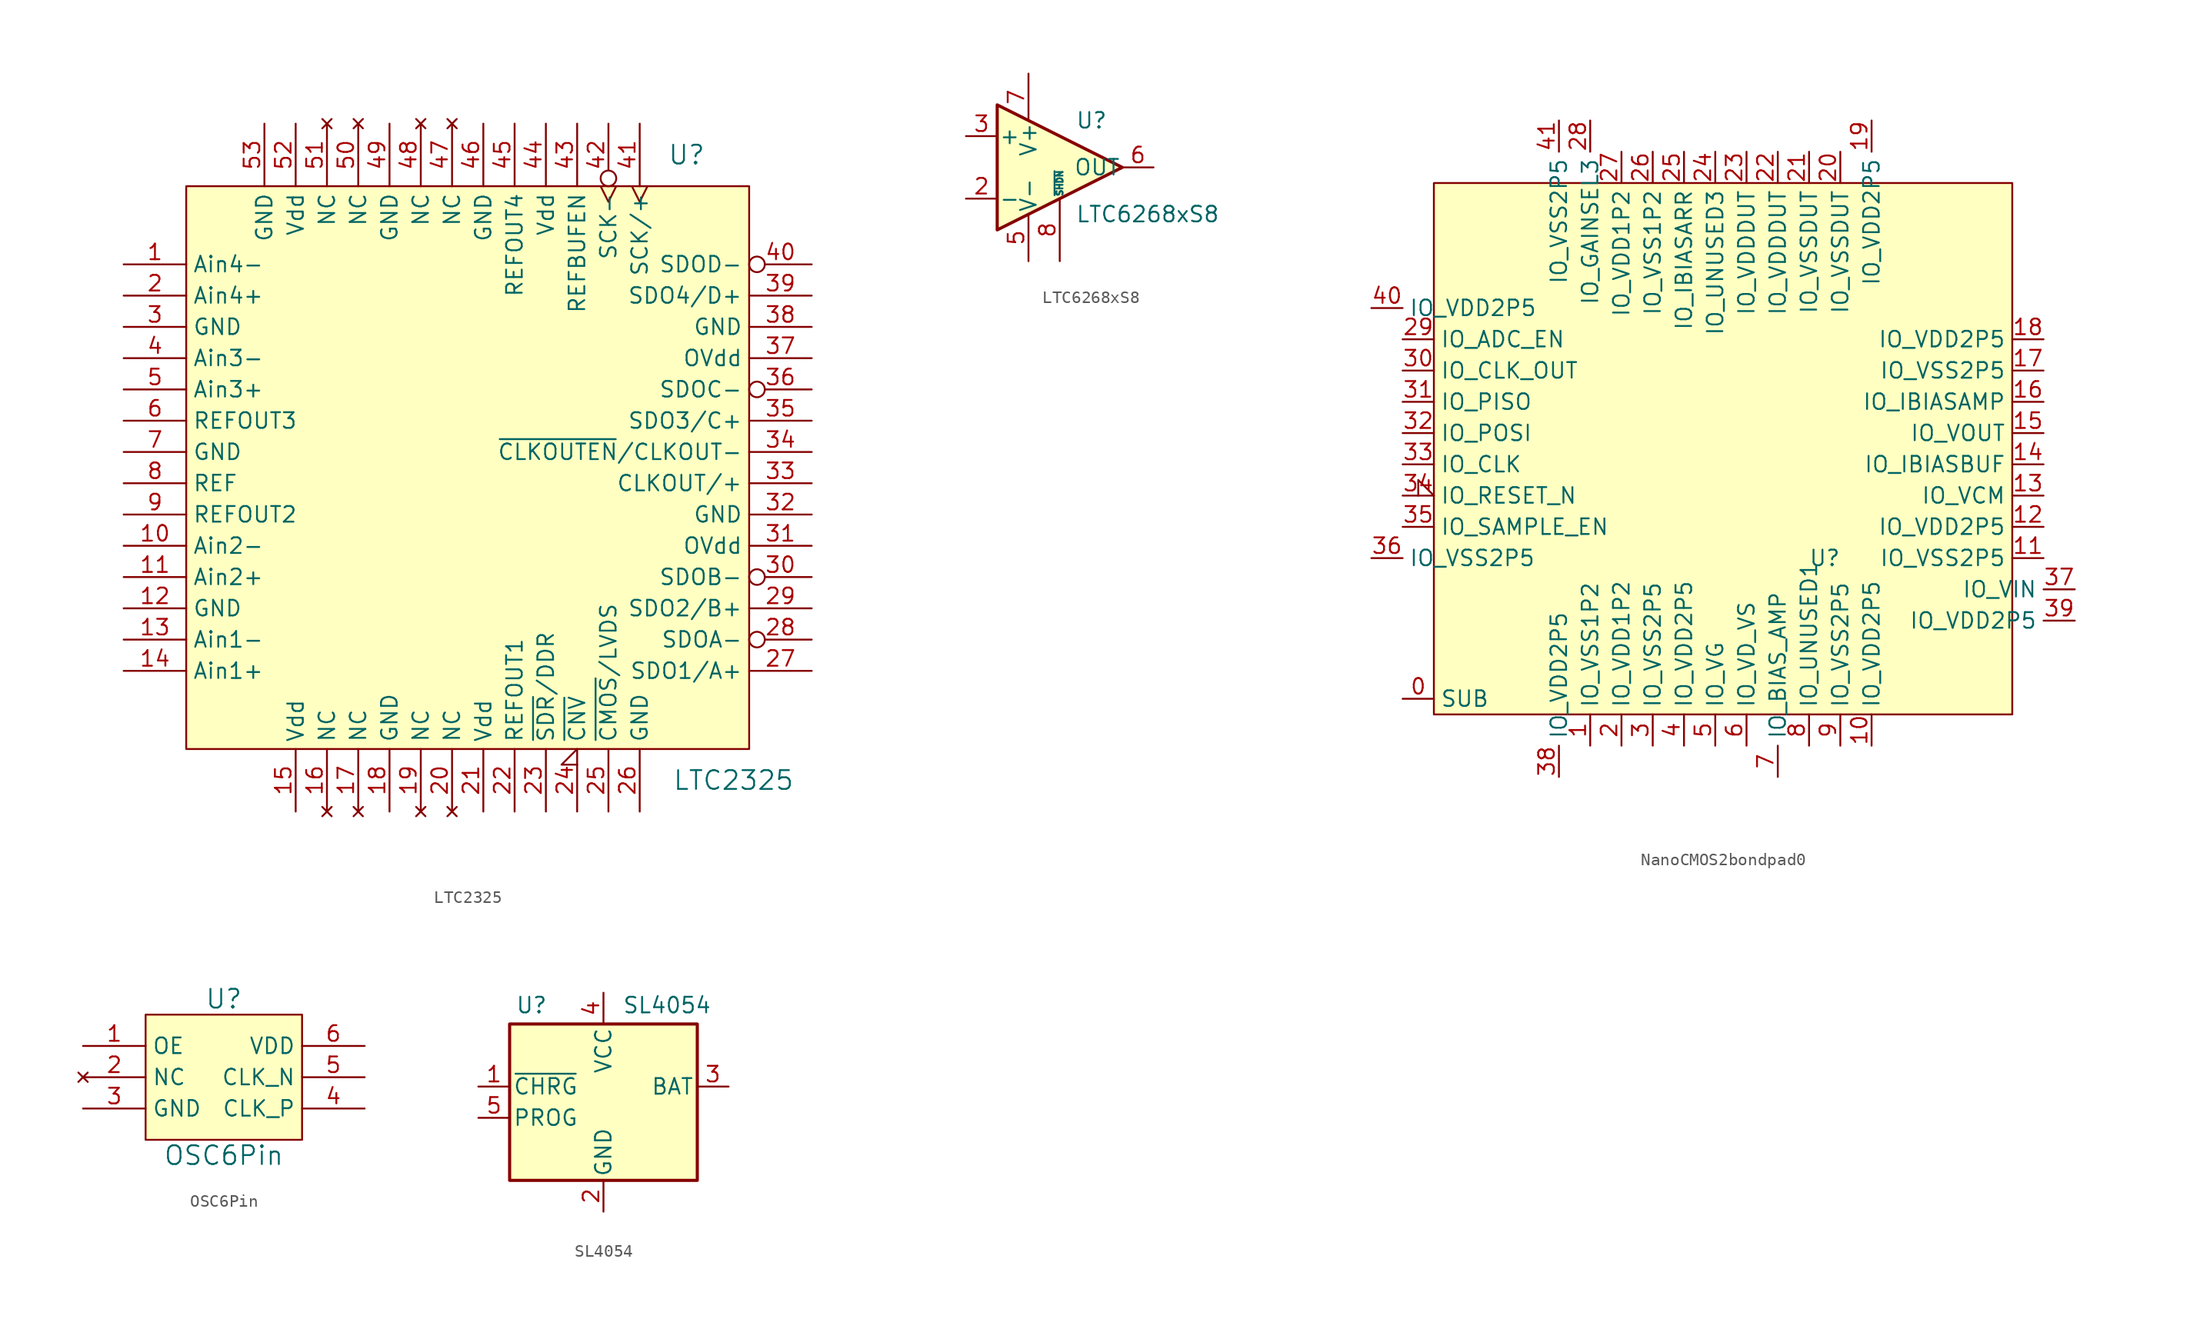
<source format=kicad_sym>
(kicad_symbol_lib
  (version 20231120)
  (generator "kicad_symbol_editor")
  (generator_version "8.0")
  (symbol "LTC2325"
    (property "Reference" "U"
      (at 17.78 25.4 0)
      (effects (font (size 1.524 1.524))))
    (property "Value" "LTC2325"
      (at 21.59 -25.4 0)
      (effects (font (size 1.524 1.524))))
    (property "Footprint" ""
      (at 0 0 0)
      (effects (font (size 1.524 1.524))))
    (property "Datasheet" ""
      (at 0 0 0)
      (effects (font (size 1.524 1.524))))
    (symbol "LTC2325_0_1"
      (rectangle (start -22.86 22.86) (end 22.86 -22.86) (stroke (width 0) (type default)) (fill (type background))))
    (symbol "LTC2325_1_1"
      (pin input line (at -27.94 16.51 0) (length 5.08) (name "Ain4-" (effects (font (size 1.27 1.27)))) (number "1" (effects (font (size 1.27 1.27)))))
      (pin input line (at -27.94 -6.35 0) (length 5.08) (name "Ain2-" (effects (font (size 1.27 1.27)))) (number "10" (effects (font (size 1.27 1.27)))))
      (pin input line (at -27.94 -8.89 0) (length 5.08) (name "Ain2+" (effects (font (size 1.27 1.27)))) (number "11" (effects (font (size 1.27 1.27)))))
      (pin power_in line (at -27.94 -11.43 0) (length 5.08) (name "GND" (effects (font (size 1.27 1.27)))) (number "12" (effects (font (size 1.27 1.27)))))
      (pin input line (at -27.94 -13.97 0) (length 5.08) (name "Ain1-" (effects (font (size 1.27 1.27)))) (number "13" (effects (font (size 1.27 1.27)))))
      (pin input line (at -27.94 -16.51 0) (length 5.08) (name "Ain1+" (effects (font (size 1.27 1.27)))) (number "14" (effects (font (size 1.27 1.27)))))
      (pin power_in line (at -13.97 -27.94 90) (length 5.08) (name "Vdd" (effects (font (size 1.27 1.27)))) (number "15" (effects (font (size 1.27 1.27)))))
      (pin no_connect line (at -11.43 -27.94 90) (length 5.08) (name "NC" (effects (font (size 1.27 1.27)))) (number "16" (effects (font (size 1.27 1.27)))))
      (pin no_connect line (at -8.89 -27.94 90) (length 5.08) (name "NC" (effects (font (size 1.27 1.27)))) (number "17" (effects (font (size 1.27 1.27)))))
      (pin power_in line (at -6.35 -27.94 90) (length 5.08) (name "GND" (effects (font (size 1.27 1.27)))) (number "18" (effects (font (size 1.27 1.27)))))
      (pin no_connect line (at -3.81 -27.94 90) (length 5.08) (name "NC" (effects (font (size 1.27 1.27)))) (number "19" (effects (font (size 1.27 1.27)))))
      (pin input line (at -27.94 13.97 0) (length 5.08) (name "Ain4+" (effects (font (size 1.27 1.27)))) (number "2" (effects (font (size 1.27 1.27)))))
      (pin no_connect line (at -1.27 -27.94 90) (length 5.08) (name "NC" (effects (font (size 1.27 1.27)))) (number "20" (effects (font (size 1.27 1.27)))))
      (pin power_in line (at 1.27 -27.94 90) (length 5.08) (name "Vdd" (effects (font (size 1.27 1.27)))) (number "21" (effects (font (size 1.27 1.27)))))
      (pin bidirectional line (at 3.81 -27.94 90) (length 5.08) (name "REFOUT1" (effects (font (size 1.27 1.27)))) (number "22" (effects (font (size 1.27 1.27)))))
      (pin input line (at 6.35 -27.94 90) (length 5.08) (name "~{SDR}/DDR" (effects (font (size 1.27 1.27)))) (number "23" (effects (font (size 1.27 1.27)))))
      (pin input input_low (at 8.89 -27.94 90) (length 5.08) (name "~{CNV}" (effects (font (size 1.27 1.27)))) (number "24" (effects (font (size 1.27 1.27)))))
      (pin input line (at 11.43 -27.94 90) (length 5.08) (name "~{CMOS}/LVDS" (effects (font (size 1.27 1.27)))) (number "25" (effects (font (size 1.27 1.27)))))
      (pin power_in line (at 13.97 -27.94 90) (length 5.08) (name "GND" (effects (font (size 1.27 1.27)))) (number "26" (effects (font (size 1.27 1.27)))))
      (pin output line (at 27.94 -16.51 180) (length 5.08) (name "SDO1/A+" (effects (font (size 1.27 1.27)))) (number "27" (effects (font (size 1.27 1.27)))))
      (pin output inverted (at 27.94 -13.97 180) (length 5.08) (name "SDOA-" (effects (font (size 1.27 1.27)))) (number "28" (effects (font (size 1.27 1.27)))))
      (pin output line (at 27.94 -11.43 180) (length 5.08) (name "SDO2/B+" (effects (font (size 1.27 1.27)))) (number "29" (effects (font (size 1.27 1.27)))))
      (pin power_in line (at -27.94 11.43 0) (length 5.08) (name "GND" (effects (font (size 1.27 1.27)))) (number "3" (effects (font (size 1.27 1.27)))))
      (pin output inverted (at 27.94 -8.89 180) (length 5.08) (name "SDOB-" (effects (font (size 1.27 1.27)))) (number "30" (effects (font (size 1.27 1.27)))))
      (pin power_in line (at 27.94 -6.35 180) (length 5.08) (name "OVdd" (effects (font (size 1.27 1.27)))) (number "31" (effects (font (size 1.27 1.27)))))
      (pin power_in line (at 27.94 -3.81 180) (length 5.08) (name "GND" (effects (font (size 1.27 1.27)))) (number "32" (effects (font (size 1.27 1.27)))))
      (pin output line (at 27.94 -1.27 180) (length 5.08) (name "CLKOUT/+" (effects (font (size 1.27 1.27)))) (number "33" (effects (font (size 1.27 1.27)))))
      (pin bidirectional line (at 27.94 1.27 180) (length 5.08) (name "~{CLKOUTEN}/CLKOUT-" (effects (font (size 1.27 1.27)))) (number "34" (effects (font (size 1.27 1.27)))))
      (pin output line (at 27.94 3.81 180) (length 5.08) (name "SDO3/C+" (effects (font (size 1.27 1.27)))) (number "35" (effects (font (size 1.27 1.27)))))
      (pin output inverted (at 27.94 6.35 180) (length 5.08) (name "SDOC-" (effects (font (size 1.27 1.27)))) (number "36" (effects (font (size 1.27 1.27)))))
      (pin power_in line (at 27.94 8.89 180) (length 5.08) (name "OVdd" (effects (font (size 1.27 1.27)))) (number "37" (effects (font (size 1.27 1.27)))))
      (pin power_in line (at 27.94 11.43 180) (length 5.08) (name "GND" (effects (font (size 1.27 1.27)))) (number "38" (effects (font (size 1.27 1.27)))))
      (pin output line (at 27.94 13.97 180) (length 5.08) (name "SDO4/D+" (effects (font (size 1.27 1.27)))) (number "39" (effects (font (size 1.27 1.27)))))
      (pin input line (at -27.94 8.89 0) (length 5.08) (name "Ain3-" (effects (font (size 1.27 1.27)))) (number "4" (effects (font (size 1.27 1.27)))))
      (pin output inverted (at 27.94 16.51 180) (length 5.08) (name "SDOD-" (effects (font (size 1.27 1.27)))) (number "40" (effects (font (size 1.27 1.27)))))
      (pin input clock (at 13.97 27.94 270) (length 5.08) (name "SCK/+" (effects (font (size 1.27 1.27)))) (number "41" (effects (font (size 1.27 1.27)))))
      (pin input inverted_clock (at 11.43 27.94 270) (length 5.08) (name "SCK-" (effects (font (size 1.27 1.27)))) (number "42" (effects (font (size 1.27 1.27)))))
      (pin input line (at 8.89 27.94 270) (length 5.08) (name "REFBUFEN" (effects (font (size 1.27 1.27)))) (number "43" (effects (font (size 1.27 1.27)))))
      (pin power_in line (at 6.35 27.94 270) (length 5.08) (name "Vdd" (effects (font (size 1.27 1.27)))) (number "44" (effects (font (size 1.27 1.27)))))
      (pin bidirectional line (at 3.81 27.94 270) (length 5.08) (name "REFOUT4" (effects (font (size 1.27 1.27)))) (number "45" (effects (font (size 1.27 1.27)))))
      (pin power_in line (at 1.27 27.94 270) (length 5.08) (name "GND" (effects (font (size 1.27 1.27)))) (number "46" (effects (font (size 1.27 1.27)))))
      (pin no_connect line (at -1.27 27.94 270) (length 5.08) (name "NC" (effects (font (size 1.27 1.27)))) (number "47" (effects (font (size 1.27 1.27)))))
      (pin no_connect line (at -3.81 27.94 270) (length 5.08) (name "NC" (effects (font (size 1.27 1.27)))) (number "48" (effects (font (size 1.27 1.27)))))
      (pin power_in line (at -6.35 27.94 270) (length 5.08) (name "GND" (effects (font (size 1.27 1.27)))) (number "49" (effects (font (size 1.27 1.27)))))
      (pin input line (at -27.94 6.35 0) (length 5.08) (name "Ain3+" (effects (font (size 1.27 1.27)))) (number "5" (effects (font (size 1.27 1.27)))))
      (pin no_connect line (at -8.89 27.94 270) (length 5.08) (name "NC" (effects (font (size 1.27 1.27)))) (number "50" (effects (font (size 1.27 1.27)))))
      (pin no_connect line (at -11.43 27.94 270) (length 5.08) (name "NC" (effects (font (size 1.27 1.27)))) (number "51" (effects (font (size 1.27 1.27)))))
      (pin power_in line (at -13.97 27.94 270) (length 5.08) (name "Vdd" (effects (font (size 1.27 1.27)))) (number "52" (effects (font (size 1.27 1.27)))))
      (pin power_in line (at -16.51 27.94 270) (length 5.08) (name "GND" (effects (font (size 1.27 1.27)))) (number "53" (effects (font (size 1.27 1.27)))))
      (pin bidirectional line (at -27.94 3.81 0) (length 5.08) (name "REFOUT3" (effects (font (size 1.27 1.27)))) (number "6" (effects (font (size 1.27 1.27)))))
      (pin power_in line (at -27.94 1.27 0) (length 5.08) (name "GND" (effects (font (size 1.27 1.27)))) (number "7" (effects (font (size 1.27 1.27)))))
      (pin bidirectional line (at -27.94 -1.27 0) (length 5.08) (name "REF" (effects (font (size 1.27 1.27)))) (number "8" (effects (font (size 1.27 1.27)))))
      (pin bidirectional line (at -27.94 -3.81 0) (length 5.08) (name "REFOUT2" (effects (font (size 1.27 1.27)))) (number "9" (effects (font (size 1.27 1.27)))))))
  (symbol "LTC6268xS8"
    (pin_names
      (offset 0.127))
    (property "Reference" "U"
      (at 1.27 3.81 0)
      (effects (font (size 1.27 1.27)) (justify left)))
    (property "Value" "LTC6268xS8"
      (at 1.27 -3.81 0)
      (effects (font (size 1.27 1.27)) (justify left)))
    (symbol "LTC6268xS8_0_1"
      (polyline (pts (xy -5.08 5.08) (xy 5.08 0) (xy -5.08 -5.08) (xy -5.08 5.08)) (stroke (width 0.254) (type default)) (fill (type background))))
    (symbol "LTC6268xS8_1_1"
      (pin input line (at -7.62 -2.54 0) (length 2.54) (name "-" (effects (font (size 1.27 1.27)))) (number "2" (effects (font (size 1.27 1.27)))))
      (pin input line (at -7.62 2.54 0) (length 2.54) (name "+" (effects (font (size 1.27 1.27)))) (number "3" (effects (font (size 1.27 1.27)))))
      (pin power_in line (at -2.54 -7.62 90) (length 3.81) (name "V-" (effects (font (size 1.27 1.27)))) (number "5" (effects (font (size 1.27 1.27)))))
      (pin output line (at 7.62 0 180) (length 2.54) (name "OUT" (effects (font (size 1.27 1.27)))) (number "6" (effects (font (size 1.27 1.27)))))
      (pin power_in line (at -2.54 7.62 270) (length 3.81) (name "V+" (effects (font (size 1.27 1.27)))) (number "7" (effects (font (size 1.27 1.27)))))
      (pin input line (at 0 -7.62 90) (length 5.08) (name "~{SHDN}" (effects (font (size 0.508 0.508)))) (number "8" (effects (font (size 1.27 1.27)))))))
  (symbol "NanoCMOS2bondpad0"
    (property "Reference" "U"
      (at 7.62 -8.89 0)
      (effects (font (size 1.27 1.27))))
    (property "Value" ""
      (at 7.62 -8.89 0)
      (effects (font (size 1.27 1.27))))
    (symbol "NanoCMOS2bondpad0_1_1"
      (rectangle (start -24.13 21.59) (end 22.86 -21.59) (stroke (width 0) (type default)) (fill (type background)))
      (pin passive line (at -26.67 -20.32 0) (length 2.54) (name "SUB" (effects (font (size 1.27 1.27)))) (number "0" (effects (font (size 1.27 1.27)))))
      (pin power_in line (at -11.43 -24.13 90) (length 2.54) (name "IO_VSS1P2" (effects (font (size 1.27 1.27)))) (number "1" (effects (font (size 1.27 1.27)))))
      (pin power_in line (at 11.43 -24.13 90) (length 2.54) (name "IO_VDD2P5" (effects (font (size 1.27 1.27)))) (number "10" (effects (font (size 1.27 1.27)))))
      (pin power_in line (at 25.4 -8.89 180) (length 2.54) (name "IO_VSS2P5" (effects (font (size 1.27 1.27)))) (number "11" (effects (font (size 1.27 1.27)))))
      (pin power_in line (at 25.4 -6.35 180) (length 2.54) (name "IO_VDD2P5" (effects (font (size 1.27 1.27)))) (number "12" (effects (font (size 1.27 1.27)))))
      (pin bidirectional line (at 25.4 -3.81 180) (length 2.54) (name "IO_VCM" (effects (font (size 1.27 1.27)))) (number "13" (effects (font (size 1.27 1.27)))))
      (pin bidirectional line (at 25.4 -1.27 180) (length 2.54) (name "IO_IBIASBUF" (effects (font (size 1.27 1.27)))) (number "14" (effects (font (size 1.27 1.27)))))
      (pin output line (at 25.4 1.27 180) (length 2.54) (name "IO_VOUT" (effects (font (size 1.27 1.27)))) (number "15" (effects (font (size 1.27 1.27)))))
      (pin bidirectional line (at 25.4 3.81 180) (length 2.54) (name "IO_IBIASAMP" (effects (font (size 1.27 1.27)))) (number "16" (effects (font (size 1.27 1.27)))))
      (pin power_in line (at 25.4 6.35 180) (length 2.54) (name "IO_VSS2P5" (effects (font (size 1.27 1.27)))) (number "17" (effects (font (size 1.27 1.27)))))
      (pin power_in line (at 25.4 8.89 180) (length 2.54) (name "IO_VDD2P5" (effects (font (size 1.27 1.27)))) (number "18" (effects (font (size 1.27 1.27)))))
      (pin power_in line (at 11.43 26.67 270) (length 2.54) (name "IO_VDD2P5" (effects (font (size 1.27 1.27)))) (number "19" (effects (font (size 1.27 1.27)))))
      (pin power_in line (at -8.89 -24.13 90) (length 2.54) (name "IO_VDD1P2" (effects (font (size 1.27 1.27)))) (number "2" (effects (font (size 1.27 1.27)))))
      (pin power_in line (at 8.89 24.13 270) (length 2.54) (name "IO_VSSDUT" (effects (font (size 1.27 1.27)))) (number "20" (effects (font (size 1.27 1.27)))))
      (pin power_in line (at 6.35 24.13 270) (length 2.54) (name "IO_VSSDUT" (effects (font (size 1.27 1.27)))) (number "21" (effects (font (size 1.27 1.27)))))
      (pin power_in line (at 3.81 24.13 270) (length 2.54) (name "IO_VDDDUT" (effects (font (size 1.27 1.27)))) (number "22" (effects (font (size 1.27 1.27)))))
      (pin power_in line (at 1.27 24.13 270) (length 2.54) (name "IO_VDDDUT" (effects (font (size 1.27 1.27)))) (number "23" (effects (font (size 1.27 1.27)))))
      (pin bidirectional line (at -1.27 24.13 270) (length 2.54) (name "IO_UNUSED3" (effects (font (size 1.27 1.27)))) (number "24" (effects (font (size 1.27 1.27)))))
      (pin bidirectional line (at -3.81 24.13 270) (length 2.54) (name "IO_IBIASARR" (effects (font (size 1.27 1.27)))) (number "25" (effects (font (size 1.27 1.27)))))
      (pin power_in line (at -6.35 24.13 270) (length 2.54) (name "IO_VSS1P2" (effects (font (size 1.27 1.27)))) (number "26" (effects (font (size 1.27 1.27)))))
      (pin power_in line (at -8.89 24.13 270) (length 2.54) (name "IO_VDD1P2" (effects (font (size 1.27 1.27)))) (number "27" (effects (font (size 1.27 1.27)))))
      (pin bidirectional line (at -11.43 26.67 270) (length 2.54) (name "IO_GAINSEL3" (effects (font (size 1.27 1.27)))) (number "28" (effects (font (size 1.27 1.27)))))
      (pin output line (at -26.67 8.89 0) (length 2.54) (name "IO_ADC_EN" (effects (font (size 1.27 1.27)))) (number "29" (effects (font (size 1.27 1.27)))))
      (pin power_in line (at -6.35 -24.13 90) (length 2.54) (name "IO_VSS2P5" (effects (font (size 1.27 1.27)))) (number "3" (effects (font (size 1.27 1.27)))))
      (pin output line (at -26.67 6.35 0) (length 2.54) (name "IO_CLK_OUT" (effects (font (size 1.27 1.27)))) (number "30" (effects (font (size 1.27 1.27)))))
      (pin output line (at -26.67 3.81 0) (length 2.54) (name "IO_PISO" (effects (font (size 1.27 1.27)))) (number "31" (effects (font (size 1.27 1.27)))))
      (pin input line (at -26.67 1.27 0) (length 2.54) (name "IO_POSI" (effects (font (size 1.27 1.27)))) (number "32" (effects (font (size 1.27 1.27)))))
      (pin input line (at -26.67 -1.27 0) (length 2.54) (name "IO_CLK" (effects (font (size 1.27 1.27)))) (number "33" (effects (font (size 1.27 1.27)))))
      (pin input input_low (at -26.67 -3.81 0) (length 2.54) (name "IO_RESET_N" (effects (font (size 1.27 1.27)))) (number "34" (effects (font (size 1.27 1.27)))))
      (pin input line (at -26.67 -6.35 0) (length 2.54) (name "IO_SAMPLE_EN" (effects (font (size 1.27 1.27)))) (number "35" (effects (font (size 1.27 1.27)))))
      (pin power_in line (at -29.21 -8.89 0) (length 2.54) (name "IO_VSS2P5" (effects (font (size 1.27 1.27)))) (number "36" (effects (font (size 1.27 1.27)))))
      (pin input line (at 27.94 -11.43 180) (length 2.54) (name "IO_VIN" (effects (font (size 1.27 1.27)))) (number "37" (effects (font (size 1.27 1.27)))))
      (pin power_in line (at -13.97 -26.67 90) (length 2.54) (name "IO_VDD2P5" (effects (font (size 1.27 1.27)))) (number "38" (effects (font (size 1.27 1.27)))))
      (pin power_in line (at 27.94 -13.97 180) (length 2.54) (name "IO_VDD2P5" (effects (font (size 1.27 1.27)))) (number "39" (effects (font (size 1.27 1.27)))))
      (pin power_in line (at -3.81 -24.13 90) (length 2.54) (name "IO_VDD2P5" (effects (font (size 1.27 1.27)))) (number "4" (effects (font (size 1.27 1.27)))))
      (pin power_in line (at -29.21 11.43 0) (length 2.54) (name "IO_VDD2P5" (effects (font (size 1.27 1.27)))) (number "40" (effects (font (size 1.27 1.27)))))
      (pin power_in line (at -13.97 26.67 270) (length 2.54) (name "IO_VSS2P5" (effects (font (size 1.27 1.27)))) (number "41" (effects (font (size 1.27 1.27)))))
      (pin bidirectional line (at -1.27 -24.13 90) (length 2.54) (name "IO_VG" (effects (font (size 1.27 1.27)))) (number "5" (effects (font (size 1.27 1.27)))))
      (pin bidirectional line (at 1.27 -24.13 90) (length 2.54) (name "IO_VD_VS" (effects (font (size 1.27 1.27)))) (number "6" (effects (font (size 1.27 1.27)))))
      (pin bidirectional line (at 3.81 -26.67 90) (length 2.54) (name "IO_BIAS_AMP" (effects (font (size 1.27 1.27)))) (number "7" (effects (font (size 1.27 1.27)))))
      (pin bidirectional line (at 6.35 -24.13 90) (length 2.54) (name "IO_UNUSED1" (effects (font (size 1.27 1.27)))) (number "8" (effects (font (size 1.27 1.27)))))
      (pin power_in line (at 8.89 -24.13 90) (length 2.54) (name "IO_VSS2P5" (effects (font (size 1.27 1.27)))) (number "9" (effects (font (size 1.27 1.27)))))))
  (symbol "OSC6Pin"
    (property "Reference" "U"
      (at 0 6.35 0)
      (effects (font (size 1.524 1.524))))
    (property "Value" "OSC6Pin"
      (at 0 -6.35 0)
      (effects (font (size 1.524 1.524))))
    (property "Footprint" ""
      (at 0 0 0)
      (effects (font (size 1.524 1.524))))
    (property "Datasheet" ""
      (at 0 0 0)
      (effects (font (size 1.524 1.524))))
    (symbol "OSC6Pin_0_1"
      (rectangle (start -6.35 5.08) (end 6.35 -5.08) (stroke (width 0) (type default)) (fill (type background))))
    (symbol "OSC6Pin_1_1"
      (pin input line (at -11.43 2.54 0) (length 5.08) (name "OE" (effects (font (size 1.27 1.27)))) (number "1" (effects (font (size 1.27 1.27)))))
      (pin no_connect line (at -11.43 0 0) (length 5.08) (name "NC" (effects (font (size 1.27 1.27)))) (number "2" (effects (font (size 1.27 1.27)))))
      (pin input line (at -11.43 -2.54 0) (length 5.08) (name "GND" (effects (font (size 1.27 1.27)))) (number "3" (effects (font (size 1.27 1.27)))))
      (pin output line (at 11.43 -2.54 180) (length 5.08) (name "CLK_P" (effects (font (size 1.27 1.27)))) (number "4" (effects (font (size 1.27 1.27)))))
      (pin output line (at 11.43 0 180) (length 5.08) (name "CLK_N" (effects (font (size 1.27 1.27)))) (number "5" (effects (font (size 1.27 1.27)))))
      (pin input line (at 11.43 2.54 180) (length 5.08) (name "VDD" (effects (font (size 1.27 1.27)))) (number "6" (effects (font (size 1.27 1.27)))))))
  (symbol "SL4054"
    (pin_names
      (offset 0.254))
    (property "Reference" "U"
      (at -5.842 6.604 0)
      (effects (font (size 1.27 1.27))))
    (property "Value" "SL4054"
      (at 1.524 6.604 0)
      (effects (font (size 1.27 1.27)) (justify left)))
    (symbol "SL4054_0_1"
      (rectangle (start -7.62 5.08) (end 7.62 -7.62) (stroke (width 0.254) (type default)) (fill (type background))))
    (symbol "SL4054_1_1"
      (pin open_collector line (at -10.16 0 0) (length 2.54) (name "~{CHRG}" (effects (font (size 1.27 1.27)))) (number "1" (effects (font (size 1.27 1.27)))))
      (pin power_in line (at 0 -10.16 90) (length 2.54) (name "GND" (effects (font (size 1.27 1.27)))) (number "2" (effects (font (size 1.27 1.27)))))
      (pin power_out line (at 10.16 0 180) (length 2.54) (name "BAT" (effects (font (size 1.27 1.27)))) (number "3" (effects (font (size 1.27 1.27)))))
      (pin power_in line (at 0 7.62 270) (length 2.54) (name "VCC" (effects (font (size 1.27 1.27)))) (number "4" (effects (font (size 1.27 1.27)))))
      (pin bidirectional line (at -10.16 -2.54 0) (length 2.54) (name "PROG" (effects (font (size 1.27 1.27)))) (number "5" (effects (font (size 1.27 1.27))))))))
</source>
